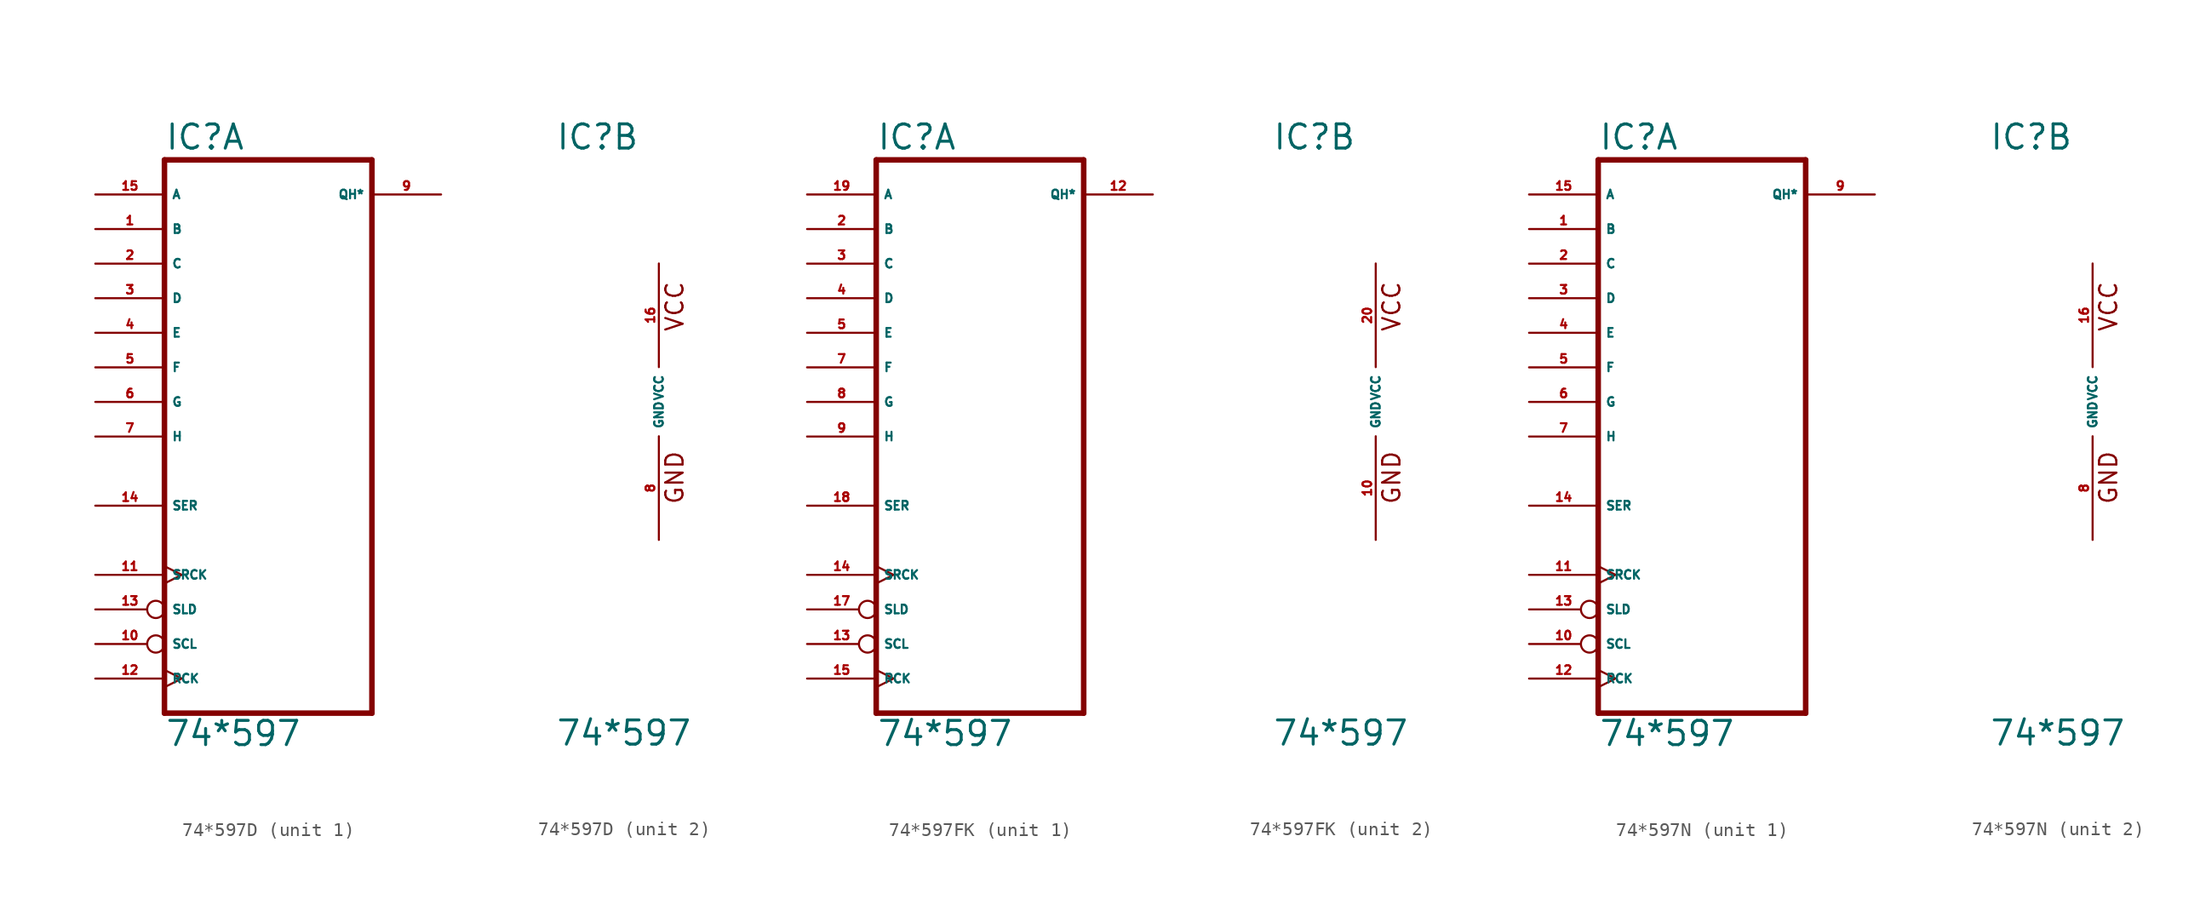
<source format=kicad_sym>
(kicad_symbol_lib
  (version 20220914)
  (generator Eagle2Kicad)
  (symbol "74*597D"
    (property "Reference" "IC"
      (at -7.62 18.415 0)
      (effects (font (size 1.778 1.778) (thickness 0.22)) (justify left bottom)))
    (property "Value" "74*597"
      (at -7.62 -25.4 0)
      (effects (font (size 1.778 1.778) (thickness 0.22)) (justify left bottom)))
    (symbol "74*597D_1_0"
      (polyline (pts (xy -7.62 -22.86) (xy 7.62 -22.86)) (stroke (width 0.406) (type default)) (fill (type none)))
      (polyline (pts (xy 7.62 -22.86) (xy 7.62 17.78)) (stroke (width 0.406) (type default)) (fill (type none)))
      (polyline (pts (xy 7.62 17.78) (xy -7.62 17.78)) (stroke (width 0.406) (type default)) (fill (type none)))
      (polyline (pts (xy -7.62 17.78) (xy -7.62 -22.86)) (stroke (width 0.406) (type default)) (fill (type none)))
      (pin input line (at -12.7 12.7 0) (length 5.08) (name "B" (effects (font (size 0.635 0.635) (thickness 0.08)) (justify left bottom))) (number "1" (effects (font (size 0.635 0.635) (thickness 0.08)) (justify left bottom))))
      (pin input line (at -12.7 10.16 0) (length 5.08) (name "C" (effects (font (size 0.635 0.635) (thickness 0.08)) (justify left bottom))) (number "2" (effects (font (size 0.635 0.635) (thickness 0.08)) (justify left bottom))))
      (pin input line (at -12.7 7.62 0) (length 5.08) (name "D" (effects (font (size 0.635 0.635) (thickness 0.08)) (justify left bottom))) (number "3" (effects (font (size 0.635 0.635) (thickness 0.08)) (justify left bottom))))
      (pin input line (at -12.7 5.08 0) (length 5.08) (name "E" (effects (font (size 0.635 0.635) (thickness 0.08)) (justify left bottom))) (number "4" (effects (font (size 0.635 0.635) (thickness 0.08)) (justify left bottom))))
      (pin input line (at -12.7 2.54 0) (length 5.08) (name "F" (effects (font (size 0.635 0.635) (thickness 0.08)) (justify left bottom))) (number "5" (effects (font (size 0.635 0.635) (thickness 0.08)) (justify left bottom))))
      (pin input line (at -12.7 0 0) (length 5.08) (name "G" (effects (font (size 0.635 0.635) (thickness 0.08)) (justify left bottom))) (number "6" (effects (font (size 0.635 0.635) (thickness 0.08)) (justify left bottom))))
      (pin input line (at -12.7 -2.54 0) (length 5.08) (name "H" (effects (font (size 0.635 0.635) (thickness 0.08)) (justify left bottom))) (number "7" (effects (font (size 0.635 0.635) (thickness 0.08)) (justify left bottom))))
      (pin output line (at 12.7 15.24 180) (length 5.08) (name "QH*" (effects (font (size 0.635 0.635) (thickness 0.08)) (justify left bottom))) (number "9" (effects (font (size 0.635 0.635) (thickness 0.08)) (justify left bottom))))
      (pin input inverted (at -12.7 -17.78 0) (length 5.08) (name "SCL" (effects (font (size 0.635 0.635) (thickness 0.08)) (justify left bottom))) (number "10" (effects (font (size 0.635 0.635) (thickness 0.08)) (justify left bottom))))
      (pin input clock (at -12.7 -12.7 0) (length 5.08) (name "SRCK" (effects (font (size 0.635 0.635) (thickness 0.08)) (justify left bottom))) (number "11" (effects (font (size 0.635 0.635) (thickness 0.08)) (justify left bottom))))
      (pin input clock (at -12.7 -20.32 0) (length 5.08) (name "RCK" (effects (font (size 0.635 0.635) (thickness 0.08)) (justify left bottom))) (number "12" (effects (font (size 0.635 0.635) (thickness 0.08)) (justify left bottom))))
      (pin input inverted (at -12.7 -15.24 0) (length 5.08) (name "SLD" (effects (font (size 0.635 0.635) (thickness 0.08)) (justify left bottom))) (number "13" (effects (font (size 0.635 0.635) (thickness 0.08)) (justify left bottom))))
      (pin input line (at -12.7 -7.62 0) (length 5.08) (name "SER" (effects (font (size 0.635 0.635) (thickness 0.08)) (justify left bottom))) (number "14" (effects (font (size 0.635 0.635) (thickness 0.08)) (justify left bottom))))
      (pin input line (at -12.7 15.24 0) (length 5.08) (name "A" (effects (font (size 0.635 0.635) (thickness 0.08)) (justify left bottom))) (number "15" (effects (font (size 0.635 0.635) (thickness 0.08)) (justify left bottom)))))
    (symbol "74*597D_2_0"
      (text "GND" (at 1.905 -7.62 900) (effects (font (size 1.27 1.27) (thickness 0.16)) (justify left bottom)))
      (text "VCC" (at 1.905 5.08 900) (effects (font (size 1.27 1.27) (thickness 0.16)) (justify left bottom)))
      (pin unspecified line (at 0 -10.16 90) (length 7.62) (name "GND" (effects (font (size 0.635 0.635) (thickness 0.08)) (justify left bottom))) (number "8" (effects (font (size 0.635 0.635) (thickness 0.08)) (justify left bottom))))
      (pin unspecified line (at 0 10.16 270) (length 7.62) (name "VCC" (effects (font (size 0.635 0.635) (thickness 0.08)) (justify left bottom))) (number "16" (effects (font (size 0.635 0.635) (thickness 0.08)) (justify left bottom))))))
  (symbol "74*597FK"
    (property "Reference" "IC"
      (at -7.62 18.415 0)
      (effects (font (size 1.778 1.778) (thickness 0.22)) (justify left bottom)))
    (property "Value" "74*597"
      (at -7.62 -25.4 0)
      (effects (font (size 1.778 1.778) (thickness 0.22)) (justify left bottom)))
    (symbol "74*597FK_1_0"
      (polyline (pts (xy -7.62 -22.86) (xy 7.62 -22.86)) (stroke (width 0.406) (type default)) (fill (type none)))
      (polyline (pts (xy 7.62 -22.86) (xy 7.62 17.78)) (stroke (width 0.406) (type default)) (fill (type none)))
      (polyline (pts (xy 7.62 17.78) (xy -7.62 17.78)) (stroke (width 0.406) (type default)) (fill (type none)))
      (polyline (pts (xy -7.62 17.78) (xy -7.62 -22.86)) (stroke (width 0.406) (type default)) (fill (type none)))
      (pin input line (at -12.7 12.7 0) (length 5.08) (name "B" (effects (font (size 0.635 0.635) (thickness 0.08)) (justify left bottom))) (number "2" (effects (font (size 0.635 0.635) (thickness 0.08)) (justify left bottom))))
      (pin input line (at -12.7 10.16 0) (length 5.08) (name "C" (effects (font (size 0.635 0.635) (thickness 0.08)) (justify left bottom))) (number "3" (effects (font (size 0.635 0.635) (thickness 0.08)) (justify left bottom))))
      (pin input line (at -12.7 7.62 0) (length 5.08) (name "D" (effects (font (size 0.635 0.635) (thickness 0.08)) (justify left bottom))) (number "4" (effects (font (size 0.635 0.635) (thickness 0.08)) (justify left bottom))))
      (pin input line (at -12.7 5.08 0) (length 5.08) (name "E" (effects (font (size 0.635 0.635) (thickness 0.08)) (justify left bottom))) (number "5" (effects (font (size 0.635 0.635) (thickness 0.08)) (justify left bottom))))
      (pin input line (at -12.7 2.54 0) (length 5.08) (name "F" (effects (font (size 0.635 0.635) (thickness 0.08)) (justify left bottom))) (number "7" (effects (font (size 0.635 0.635) (thickness 0.08)) (justify left bottom))))
      (pin input line (at -12.7 0 0) (length 5.08) (name "G" (effects (font (size 0.635 0.635) (thickness 0.08)) (justify left bottom))) (number "8" (effects (font (size 0.635 0.635) (thickness 0.08)) (justify left bottom))))
      (pin input line (at -12.7 -2.54 0) (length 5.08) (name "H" (effects (font (size 0.635 0.635) (thickness 0.08)) (justify left bottom))) (number "9" (effects (font (size 0.635 0.635) (thickness 0.08)) (justify left bottom))))
      (pin output line (at 12.7 15.24 180) (length 5.08) (name "QH*" (effects (font (size 0.635 0.635) (thickness 0.08)) (justify left bottom))) (number "12" (effects (font (size 0.635 0.635) (thickness 0.08)) (justify left bottom))))
      (pin input inverted (at -12.7 -17.78 0) (length 5.08) (name "SCL" (effects (font (size 0.635 0.635) (thickness 0.08)) (justify left bottom))) (number "13" (effects (font (size 0.635 0.635) (thickness 0.08)) (justify left bottom))))
      (pin input clock (at -12.7 -12.7 0) (length 5.08) (name "SRCK" (effects (font (size 0.635 0.635) (thickness 0.08)) (justify left bottom))) (number "14" (effects (font (size 0.635 0.635) (thickness 0.08)) (justify left bottom))))
      (pin input clock (at -12.7 -20.32 0) (length 5.08) (name "RCK" (effects (font (size 0.635 0.635) (thickness 0.08)) (justify left bottom))) (number "15" (effects (font (size 0.635 0.635) (thickness 0.08)) (justify left bottom))))
      (pin input inverted (at -12.7 -15.24 0) (length 5.08) (name "SLD" (effects (font (size 0.635 0.635) (thickness 0.08)) (justify left bottom))) (number "17" (effects (font (size 0.635 0.635) (thickness 0.08)) (justify left bottom))))
      (pin input line (at -12.7 -7.62 0) (length 5.08) (name "SER" (effects (font (size 0.635 0.635) (thickness 0.08)) (justify left bottom))) (number "18" (effects (font (size 0.635 0.635) (thickness 0.08)) (justify left bottom))))
      (pin input line (at -12.7 15.24 0) (length 5.08) (name "A" (effects (font (size 0.635 0.635) (thickness 0.08)) (justify left bottom))) (number "19" (effects (font (size 0.635 0.635) (thickness 0.08)) (justify left bottom)))))
    (symbol "74*597FK_2_0"
      (text "GND" (at 1.905 -7.62 900) (effects (font (size 1.27 1.27) (thickness 0.16)) (justify left bottom)))
      (text "VCC" (at 1.905 5.08 900) (effects (font (size 1.27 1.27) (thickness 0.16)) (justify left bottom)))
      (pin unspecified line (at 0 -10.16 90) (length 7.62) (name "GND" (effects (font (size 0.635 0.635) (thickness 0.08)) (justify left bottom))) (number "10" (effects (font (size 0.635 0.635) (thickness 0.08)) (justify left bottom))))
      (pin unspecified line (at 0 10.16 270) (length 7.62) (name "VCC" (effects (font (size 0.635 0.635) (thickness 0.08)) (justify left bottom))) (number "20" (effects (font (size 0.635 0.635) (thickness 0.08)) (justify left bottom))))))
  (symbol "74*597N"
    (property "Reference" "IC"
      (at -7.62 18.415 0)
      (effects (font (size 1.778 1.778) (thickness 0.22)) (justify left bottom)))
    (property "Value" "74*597"
      (at -7.62 -25.4 0)
      (effects (font (size 1.778 1.778) (thickness 0.22)) (justify left bottom)))
    (symbol "74*597N_1_0"
      (polyline (pts (xy -7.62 -22.86) (xy 7.62 -22.86)) (stroke (width 0.406) (type default)) (fill (type none)))
      (polyline (pts (xy 7.62 -22.86) (xy 7.62 17.78)) (stroke (width 0.406) (type default)) (fill (type none)))
      (polyline (pts (xy 7.62 17.78) (xy -7.62 17.78)) (stroke (width 0.406) (type default)) (fill (type none)))
      (polyline (pts (xy -7.62 17.78) (xy -7.62 -22.86)) (stroke (width 0.406) (type default)) (fill (type none)))
      (pin input line (at -12.7 12.7 0) (length 5.08) (name "B" (effects (font (size 0.635 0.635) (thickness 0.08)) (justify left bottom))) (number "1" (effects (font (size 0.635 0.635) (thickness 0.08)) (justify left bottom))))
      (pin input line (at -12.7 10.16 0) (length 5.08) (name "C" (effects (font (size 0.635 0.635) (thickness 0.08)) (justify left bottom))) (number "2" (effects (font (size 0.635 0.635) (thickness 0.08)) (justify left bottom))))
      (pin input line (at -12.7 7.62 0) (length 5.08) (name "D" (effects (font (size 0.635 0.635) (thickness 0.08)) (justify left bottom))) (number "3" (effects (font (size 0.635 0.635) (thickness 0.08)) (justify left bottom))))
      (pin input line (at -12.7 5.08 0) (length 5.08) (name "E" (effects (font (size 0.635 0.635) (thickness 0.08)) (justify left bottom))) (number "4" (effects (font (size 0.635 0.635) (thickness 0.08)) (justify left bottom))))
      (pin input line (at -12.7 2.54 0) (length 5.08) (name "F" (effects (font (size 0.635 0.635) (thickness 0.08)) (justify left bottom))) (number "5" (effects (font (size 0.635 0.635) (thickness 0.08)) (justify left bottom))))
      (pin input line (at -12.7 0 0) (length 5.08) (name "G" (effects (font (size 0.635 0.635) (thickness 0.08)) (justify left bottom))) (number "6" (effects (font (size 0.635 0.635) (thickness 0.08)) (justify left bottom))))
      (pin input line (at -12.7 -2.54 0) (length 5.08) (name "H" (effects (font (size 0.635 0.635) (thickness 0.08)) (justify left bottom))) (number "7" (effects (font (size 0.635 0.635) (thickness 0.08)) (justify left bottom))))
      (pin output line (at 12.7 15.24 180) (length 5.08) (name "QH*" (effects (font (size 0.635 0.635) (thickness 0.08)) (justify left bottom))) (number "9" (effects (font (size 0.635 0.635) (thickness 0.08)) (justify left bottom))))
      (pin input inverted (at -12.7 -17.78 0) (length 5.08) (name "SCL" (effects (font (size 0.635 0.635) (thickness 0.08)) (justify left bottom))) (number "10" (effects (font (size 0.635 0.635) (thickness 0.08)) (justify left bottom))))
      (pin input clock (at -12.7 -12.7 0) (length 5.08) (name "SRCK" (effects (font (size 0.635 0.635) (thickness 0.08)) (justify left bottom))) (number "11" (effects (font (size 0.635 0.635) (thickness 0.08)) (justify left bottom))))
      (pin input clock (at -12.7 -20.32 0) (length 5.08) (name "RCK" (effects (font (size 0.635 0.635) (thickness 0.08)) (justify left bottom))) (number "12" (effects (font (size 0.635 0.635) (thickness 0.08)) (justify left bottom))))
      (pin input inverted (at -12.7 -15.24 0) (length 5.08) (name "SLD" (effects (font (size 0.635 0.635) (thickness 0.08)) (justify left bottom))) (number "13" (effects (font (size 0.635 0.635) (thickness 0.08)) (justify left bottom))))
      (pin input line (at -12.7 -7.62 0) (length 5.08) (name "SER" (effects (font (size 0.635 0.635) (thickness 0.08)) (justify left bottom))) (number "14" (effects (font (size 0.635 0.635) (thickness 0.08)) (justify left bottom))))
      (pin input line (at -12.7 15.24 0) (length 5.08) (name "A" (effects (font (size 0.635 0.635) (thickness 0.08)) (justify left bottom))) (number "15" (effects (font (size 0.635 0.635) (thickness 0.08)) (justify left bottom)))))
    (symbol "74*597N_2_0"
      (text "GND" (at 1.905 -7.62 900) (effects (font (size 1.27 1.27) (thickness 0.16)) (justify left bottom)))
      (text "VCC" (at 1.905 5.08 900) (effects (font (size 1.27 1.27) (thickness 0.16)) (justify left bottom)))
      (pin unspecified line (at 0 -10.16 90) (length 7.62) (name "GND" (effects (font (size 0.635 0.635) (thickness 0.08)) (justify left bottom))) (number "8" (effects (font (size 0.635 0.635) (thickness 0.08)) (justify left bottom))))
      (pin unspecified line (at 0 10.16 270) (length 7.62) (name "VCC" (effects (font (size 0.635 0.635) (thickness 0.08)) (justify left bottom))) (number "16" (effects (font (size 0.635 0.635) (thickness 0.08)) (justify left bottom)))))))
</source>
